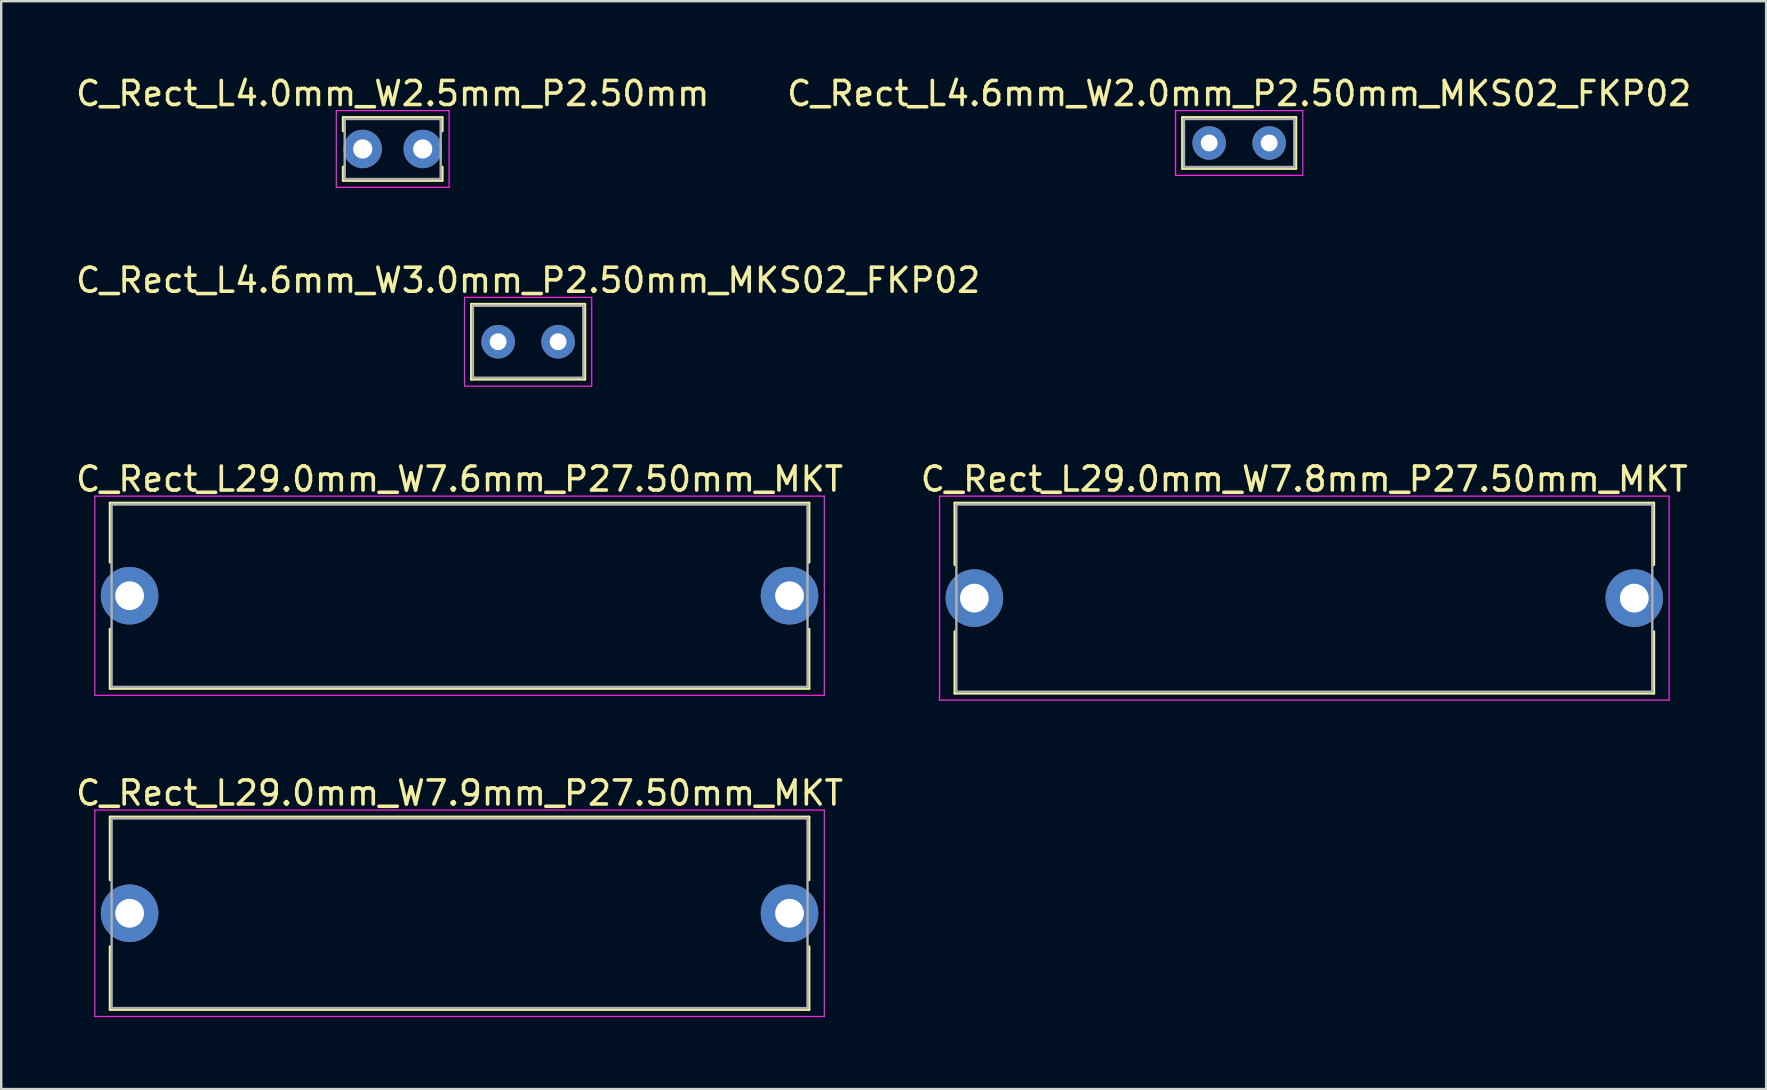
<source format=kicad_pcb>
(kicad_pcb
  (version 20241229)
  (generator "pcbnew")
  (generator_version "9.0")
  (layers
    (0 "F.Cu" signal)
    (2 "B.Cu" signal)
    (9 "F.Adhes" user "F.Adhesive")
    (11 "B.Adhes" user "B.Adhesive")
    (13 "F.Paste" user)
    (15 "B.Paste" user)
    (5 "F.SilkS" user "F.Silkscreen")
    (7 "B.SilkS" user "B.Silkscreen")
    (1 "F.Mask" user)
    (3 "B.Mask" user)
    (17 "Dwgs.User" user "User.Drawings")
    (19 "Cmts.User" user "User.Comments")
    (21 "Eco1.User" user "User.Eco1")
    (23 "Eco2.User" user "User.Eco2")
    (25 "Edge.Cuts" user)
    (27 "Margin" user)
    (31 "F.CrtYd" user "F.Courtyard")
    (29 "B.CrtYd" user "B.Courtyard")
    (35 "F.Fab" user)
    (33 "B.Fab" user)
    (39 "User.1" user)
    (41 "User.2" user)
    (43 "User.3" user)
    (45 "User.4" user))
  (footprint "C_Rect_L29.0mm_W7.6mm_P27.50mm_MKT"
    (layer "F.Cu")
    (at 2.351 21.775)
    (property "Reference" "C_Rect_L29.0mm_W7.6mm_P27.50mm_MKT" (at 13.75 -4.86 0) (layer "F.SilkS") (effects (font (size 1 1) (thickness 0.15))))
    (attr through_hole)
    (fp_line (start -0.81 -3.86) (end -0.81 -1.395) (stroke (width 0.12) (type solid)) (layer "F.SilkS"))
    (fp_line (start -0.81 -3.86) (end 28.31 -3.86) (stroke (width 0.12) (type solid)) (layer "F.SilkS"))
    (fp_line (start -0.81 1.395) (end -0.81 3.86) (stroke (width 0.12) (type solid)) (layer "F.SilkS"))
    (fp_line (start -0.81 3.86) (end 28.31 3.86) (stroke (width 0.12) (type solid)) (layer "F.SilkS"))
    (fp_line (start 28.31 -3.86) (end 28.31 -1.395) (stroke (width 0.12) (type solid)) (layer "F.SilkS"))
    (fp_line (start 28.31 1.395) (end 28.31 3.86) (stroke (width 0.12) (type solid)) (layer "F.SilkS"))
    (fp_line (start -1.45 -4.15) (end -1.45 4.15) (stroke (width 0.05) (type solid)) (layer "F.CrtYd"))
    (fp_line (start -1.45 4.15) (end 28.95 4.15) (stroke (width 0.05) (type solid)) (layer "F.CrtYd"))
    (fp_line (start 28.95 -4.15) (end -1.45 -4.15) (stroke (width 0.05) (type solid)) (layer "F.CrtYd"))
    (fp_line (start 28.95 4.15) (end 28.95 -4.15) (stroke (width 0.05) (type solid)) (layer "F.CrtYd"))
    (fp_line (start -0.75 -3.8) (end -0.75 3.8) (stroke (width 0.1) (type solid)) (layer "F.Fab"))
    (fp_line (start -0.75 3.8) (end 28.25 3.8) (stroke (width 0.1) (type solid)) (layer "F.Fab"))
    (fp_line (start 28.25 -3.8) (end -0.75 -3.8) (stroke (width 0.1) (type solid)) (layer "F.Fab"))
    (fp_line (start 28.25 3.8) (end 28.25 -3.8) (stroke (width 0.1) (type solid)) (layer "F.Fab"))
    (pad "1" thru_hole circle (at 0 0) (size 2.4 2.4) (drill 1.2) (layers "*.Cu" "*.Mask"))
    (pad "2" thru_hole circle (at 27.5 0) (size 2.4 2.4) (drill 1.2) (layers "*.Cu" "*.Mask")))
  (footprint "C_Rect_L4.0mm_W2.5mm_P2.50mm"
    (layer "F.Cu")
    (at 12.065 3.158)
    (property "Reference" "C_Rect_L4.0mm_W2.5mm_P2.50mm" (at 1.25 -2.31 0) (layer "F.SilkS") (effects (font (size 1 1) (thickness 0.15))))
    (attr through_hole)
    (fp_line (start -0.81 -1.31) (end -0.81 -0.75) (stroke (width 0.12) (type solid)) (layer "F.SilkS"))
    (fp_line (start -0.81 -1.31) (end 3.31 -1.31) (stroke (width 0.12) (type solid)) (layer "F.SilkS"))
    (fp_line (start -0.81 0.75) (end -0.81 1.31) (stroke (width 0.12) (type solid)) (layer "F.SilkS"))
    (fp_line (start -0.81 1.31) (end 3.31 1.31) (stroke (width 0.12) (type solid)) (layer "F.SilkS"))
    (fp_line (start 3.31 -1.31) (end 3.31 -0.75) (stroke (width 0.12) (type solid)) (layer "F.SilkS"))
    (fp_line (start 3.31 0.75) (end 3.31 1.31) (stroke (width 0.12) (type solid)) (layer "F.SilkS"))
    (fp_line (start -1.1 -1.6) (end -1.1 1.6) (stroke (width 0.05) (type solid)) (layer "F.CrtYd"))
    (fp_line (start -1.1 1.6) (end 3.6 1.6) (stroke (width 0.05) (type solid)) (layer "F.CrtYd"))
    (fp_line (start 3.6 -1.6) (end -1.1 -1.6) (stroke (width 0.05) (type solid)) (layer "F.CrtYd"))
    (fp_line (start 3.6 1.6) (end 3.6 -1.6) (stroke (width 0.05) (type solid)) (layer "F.CrtYd"))
    (fp_line (start -0.75 -1.25) (end -0.75 1.25) (stroke (width 0.1) (type solid)) (layer "F.Fab"))
    (fp_line (start -0.75 1.25) (end 3.25 1.25) (stroke (width 0.1) (type solid)) (layer "F.Fab"))
    (fp_line (start 3.25 -1.25) (end -0.75 -1.25) (stroke (width 0.1) (type solid)) (layer "F.Fab"))
    (fp_line (start 3.25 1.25) (end 3.25 -1.25) (stroke (width 0.1) (type solid)) (layer "F.Fab"))
    (pad "1" thru_hole circle (at 0 0) (size 1.6 1.6) (drill 0.8) (layers "*.Cu" "*.Mask"))
    (pad "2" thru_hole circle (at 2.5 0) (size 1.6 1.6) (drill 0.8) (layers "*.Cu" "*.Mask")))
  (footprint "C_Rect_L4.6mm_W2.0mm_P2.50mm_MKS02_FKP02"
    (layer "F.Cu")
    (at 47.339 2.908)
    (property "Reference" "C_Rect_L4.6mm_W2.0mm_P2.50mm_MKS02_FKP02" (at 1.25 -2.06 0) (layer "F.SilkS") (effects (font (size 1 1) (thickness 0.15))))
    (attr through_hole)
    (fp_line (start -1.11 -1.06) (end -1.11 1.06) (stroke (width 0.12) (type solid)) (layer "F.SilkS"))
    (fp_line (start -1.11 -1.06) (end 3.61 -1.06) (stroke (width 0.12) (type solid)) (layer "F.SilkS"))
    (fp_line (start -1.11 1.06) (end 3.61 1.06) (stroke (width 0.12) (type solid)) (layer "F.SilkS"))
    (fp_line (start 3.61 -1.06) (end 3.61 1.06) (stroke (width 0.12) (type solid)) (layer "F.SilkS"))
    (fp_line (start -1.4 -1.35) (end -1.4 1.35) (stroke (width 0.05) (type solid)) (layer "F.CrtYd"))
    (fp_line (start -1.4 1.35) (end 3.9 1.35) (stroke (width 0.05) (type solid)) (layer "F.CrtYd"))
    (fp_line (start 3.9 -1.35) (end -1.4 -1.35) (stroke (width 0.05) (type solid)) (layer "F.CrtYd"))
    (fp_line (start 3.9 1.35) (end 3.9 -1.35) (stroke (width 0.05) (type solid)) (layer "F.CrtYd"))
    (fp_line (start -1.05 -1) (end -1.05 1) (stroke (width 0.1) (type solid)) (layer "F.Fab"))
    (fp_line (start -1.05 1) (end 3.55 1) (stroke (width 0.1) (type solid)) (layer "F.Fab"))
    (fp_line (start 3.55 -1) (end -1.05 -1) (stroke (width 0.1) (type solid)) (layer "F.Fab"))
    (fp_line (start 3.55 1) (end 3.55 -1) (stroke (width 0.1) (type solid)) (layer "F.Fab"))
    (pad "1" thru_hole circle (at 0 0) (size 1.4 1.4) (drill 0.7) (layers "*.Cu" "*.Mask"))
    (pad "2" thru_hole circle (at 2.5 0) (size 1.4 1.4) (drill 0.7) (layers "*.Cu" "*.Mask")))
  (footprint "C_Rect_L29.0mm_W7.8mm_P27.50mm_MKT"
    (layer "F.Cu")
    (at 37.554 21.875)
    (property "Reference" "C_Rect_L29.0mm_W7.8mm_P27.50mm_MKT" (at 13.75 -4.96 0) (layer "F.SilkS") (effects (font (size 1 1) (thickness 0.15))))
    (attr through_hole)
    (fp_line (start -0.81 -3.96) (end -0.81 -1.395) (stroke (width 0.12) (type solid)) (layer "F.SilkS"))
    (fp_line (start -0.81 -3.96) (end 28.31 -3.96) (stroke (width 0.12) (type solid)) (layer "F.SilkS"))
    (fp_line (start -0.81 1.395) (end -0.81 3.96) (stroke (width 0.12) (type solid)) (layer "F.SilkS"))
    (fp_line (start -0.81 3.96) (end 28.31 3.96) (stroke (width 0.12) (type solid)) (layer "F.SilkS"))
    (fp_line (start 28.31 -3.96) (end 28.31 -1.395) (stroke (width 0.12) (type solid)) (layer "F.SilkS"))
    (fp_line (start 28.31 1.395) (end 28.31 3.96) (stroke (width 0.12) (type solid)) (layer "F.SilkS"))
    (fp_line (start -1.45 -4.25) (end -1.45 4.25) (stroke (width 0.05) (type solid)) (layer "F.CrtYd"))
    (fp_line (start -1.45 4.25) (end 28.95 4.25) (stroke (width 0.05) (type solid)) (layer "F.CrtYd"))
    (fp_line (start 28.95 -4.25) (end -1.45 -4.25) (stroke (width 0.05) (type solid)) (layer "F.CrtYd"))
    (fp_line (start 28.95 4.25) (end 28.95 -4.25) (stroke (width 0.05) (type solid)) (layer "F.CrtYd"))
    (fp_line (start -0.75 -3.9) (end -0.75 3.9) (stroke (width 0.1) (type solid)) (layer "F.Fab"))
    (fp_line (start -0.75 3.9) (end 28.25 3.9) (stroke (width 0.1) (type solid)) (layer "F.Fab"))
    (fp_line (start 28.25 -3.9) (end -0.75 -3.9) (stroke (width 0.1) (type solid)) (layer "F.Fab"))
    (fp_line (start 28.25 3.9) (end 28.25 -3.9) (stroke (width 0.1) (type solid)) (layer "F.Fab"))
    (pad "1" thru_hole circle (at 0 0) (size 2.4 2.4) (drill 1.2) (layers "*.Cu" "*.Mask"))
    (pad "2" thru_hole circle (at 27.5 0) (size 2.4 2.4) (drill 1.2) (layers "*.Cu" "*.Mask")))
  (footprint "C_Rect_L4.6mm_W3.0mm_P2.50mm_MKS02_FKP02"
    (layer "F.Cu")
    (at 17.708 11.191)
    (property "Reference" "C_Rect_L4.6mm_W3.0mm_P2.50mm_MKS02_FKP02" (at 1.25 -2.56 0) (layer "F.SilkS") (effects (font (size 1 1) (thickness 0.15))))
    (attr through_hole)
    (fp_line (start -1.11 -1.56) (end -1.11 1.56) (stroke (width 0.12) (type solid)) (layer "F.SilkS"))
    (fp_line (start -1.11 -1.56) (end 3.61 -1.56) (stroke (width 0.12) (type solid)) (layer "F.SilkS"))
    (fp_line (start -1.11 1.56) (end 3.61 1.56) (stroke (width 0.12) (type solid)) (layer "F.SilkS"))
    (fp_line (start 3.61 -1.56) (end 3.61 1.56) (stroke (width 0.12) (type solid)) (layer "F.SilkS"))
    (fp_line (start -1.4 -1.85) (end -1.4 1.85) (stroke (width 0.05) (type solid)) (layer "F.CrtYd"))
    (fp_line (start -1.4 1.85) (end 3.9 1.85) (stroke (width 0.05) (type solid)) (layer "F.CrtYd"))
    (fp_line (start 3.9 -1.85) (end -1.4 -1.85) (stroke (width 0.05) (type solid)) (layer "F.CrtYd"))
    (fp_line (start 3.9 1.85) (end 3.9 -1.85) (stroke (width 0.05) (type solid)) (layer "F.CrtYd"))
    (fp_line (start -1.05 -1.5) (end -1.05 1.5) (stroke (width 0.1) (type solid)) (layer "F.Fab"))
    (fp_line (start -1.05 1.5) (end 3.55 1.5) (stroke (width 0.1) (type solid)) (layer "F.Fab"))
    (fp_line (start 3.55 -1.5) (end -1.05 -1.5) (stroke (width 0.1) (type solid)) (layer "F.Fab"))
    (fp_line (start 3.55 1.5) (end 3.55 -1.5) (stroke (width 0.1) (type solid)) (layer "F.Fab"))
    (pad "1" thru_hole circle (at 0 0) (size 1.4 1.4) (drill 0.7) (layers "*.Cu" "*.Mask"))
    (pad "2" thru_hole circle (at 2.5 0) (size 1.4 1.4) (drill 0.7) (layers "*.Cu" "*.Mask")))
  (footprint "C_Rect_L29.0mm_W7.9mm_P27.50mm_MKT"
    (layer "F.Cu")
    (at 2.351 35.008)
    (property "Reference" "C_Rect_L29.0mm_W7.9mm_P27.50mm_MKT" (at 13.75 -5.01 0) (layer "F.SilkS") (effects (font (size 1 1) (thickness 0.15))))
    (attr through_hole)
    (fp_line (start -0.81 -4.01) (end -0.81 -1.395) (stroke (width 0.12) (type solid)) (layer "F.SilkS"))
    (fp_line (start -0.81 -4.01) (end 28.31 -4.01) (stroke (width 0.12) (type solid)) (layer "F.SilkS"))
    (fp_line (start -0.81 1.395) (end -0.81 4.01) (stroke (width 0.12) (type solid)) (layer "F.SilkS"))
    (fp_line (start -0.81 4.01) (end 28.31 4.01) (stroke (width 0.12) (type solid)) (layer "F.SilkS"))
    (fp_line (start 28.31 -4.01) (end 28.31 -1.395) (stroke (width 0.12) (type solid)) (layer "F.SilkS"))
    (fp_line (start 28.31 1.395) (end 28.31 4.01) (stroke (width 0.12) (type solid)) (layer "F.SilkS"))
    (fp_line (start -1.45 -4.3) (end -1.45 4.3) (stroke (width 0.05) (type solid)) (layer "F.CrtYd"))
    (fp_line (start -1.45 4.3) (end 28.95 4.3) (stroke (width 0.05) (type solid)) (layer "F.CrtYd"))
    (fp_line (start 28.95 -4.3) (end -1.45 -4.3) (stroke (width 0.05) (type solid)) (layer "F.CrtYd"))
    (fp_line (start 28.95 4.3) (end 28.95 -4.3) (stroke (width 0.05) (type solid)) (layer "F.CrtYd"))
    (fp_line (start -0.75 -3.95) (end -0.75 3.95) (stroke (width 0.1) (type solid)) (layer "F.Fab"))
    (fp_line (start -0.75 3.95) (end 28.25 3.95) (stroke (width 0.1) (type solid)) (layer "F.Fab"))
    (fp_line (start 28.25 -3.95) (end -0.75 -3.95) (stroke (width 0.1) (type solid)) (layer "F.Fab"))
    (fp_line (start 28.25 3.95) (end 28.25 -3.95) (stroke (width 0.1) (type solid)) (layer "F.Fab"))
    (pad "1" thru_hole circle (at 0 0) (size 2.4 2.4) (drill 1.2) (layers "*.Cu" "*.Mask"))
    (pad "2" thru_hole circle (at 27.5 0) (size 2.4 2.4) (drill 1.2) (layers "*.Cu" "*.Mask")))
  (gr_rect
    (start -3 -3)
    (end 70.548 42.333)
    (stroke (width 0.1) (type default))
    (fill no)
    (layer "Edge.Cuts")))
</source>
